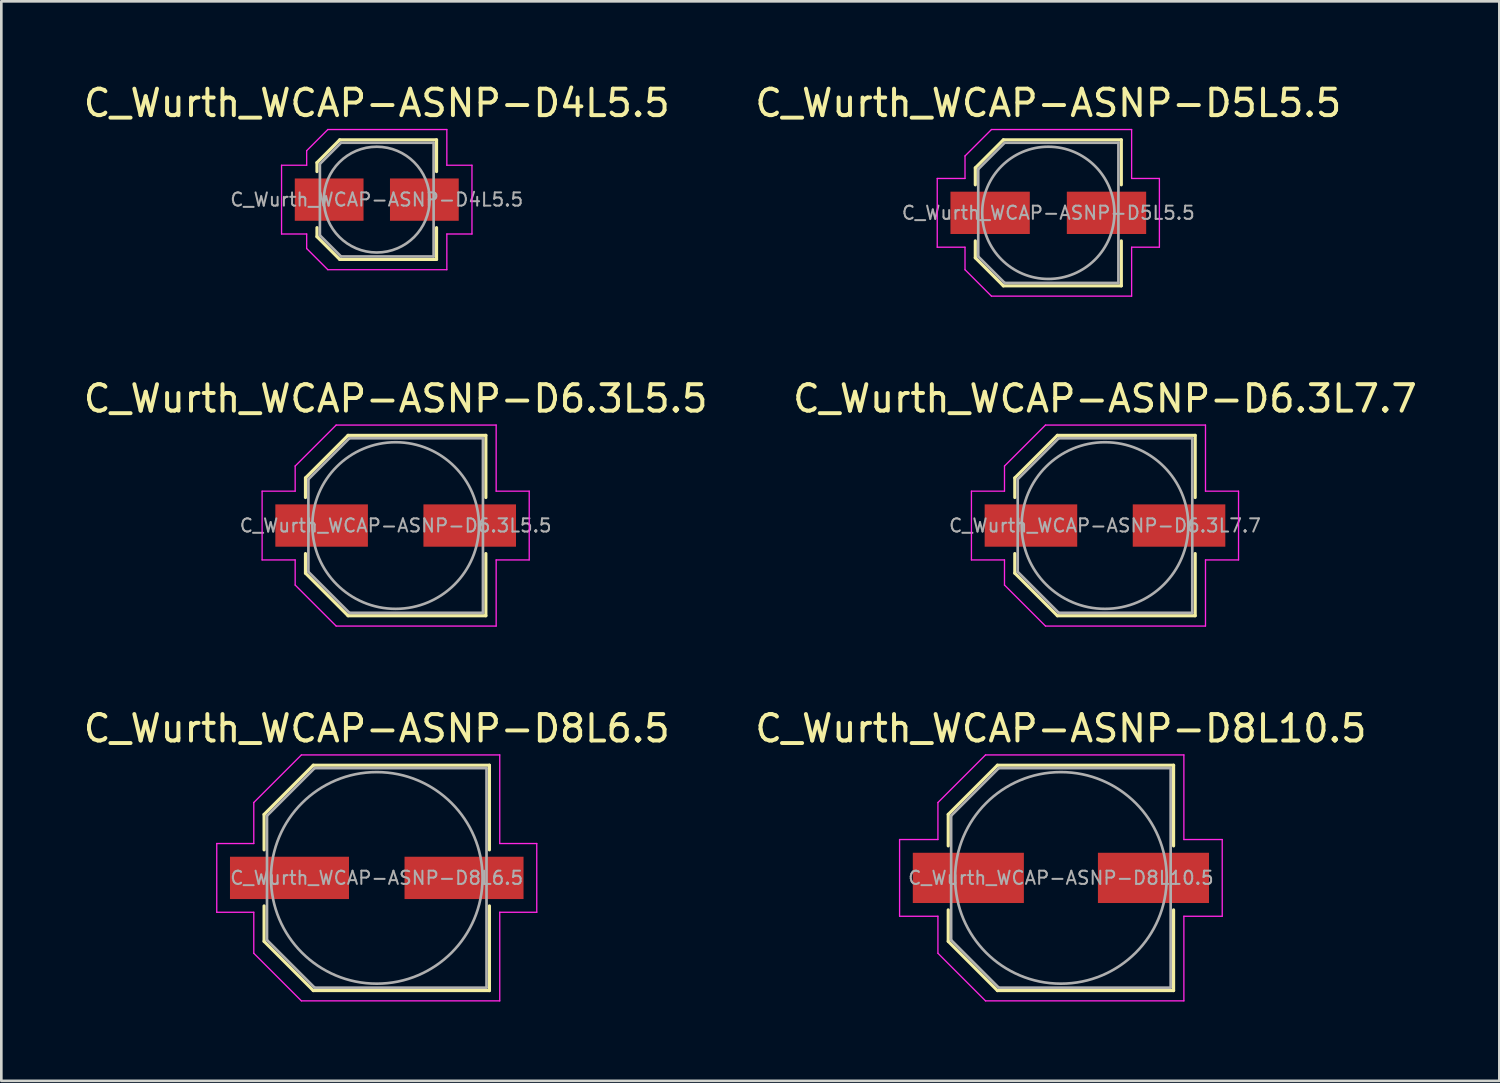
<source format=kicad_pcb>
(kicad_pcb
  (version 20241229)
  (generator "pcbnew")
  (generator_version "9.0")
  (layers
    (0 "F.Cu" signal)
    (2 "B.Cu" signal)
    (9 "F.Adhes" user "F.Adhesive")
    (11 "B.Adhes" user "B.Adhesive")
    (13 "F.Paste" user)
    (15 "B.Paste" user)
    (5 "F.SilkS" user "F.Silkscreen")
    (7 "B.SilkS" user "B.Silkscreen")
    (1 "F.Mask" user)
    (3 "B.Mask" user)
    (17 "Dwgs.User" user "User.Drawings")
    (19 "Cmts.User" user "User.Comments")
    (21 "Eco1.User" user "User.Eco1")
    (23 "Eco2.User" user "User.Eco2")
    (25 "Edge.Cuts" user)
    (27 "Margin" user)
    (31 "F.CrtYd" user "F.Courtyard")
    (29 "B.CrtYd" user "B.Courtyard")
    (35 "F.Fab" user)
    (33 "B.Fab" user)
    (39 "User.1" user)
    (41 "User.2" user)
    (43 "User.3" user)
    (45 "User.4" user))
  (footprint "C_Wurth_WCAP-ASNP-D6.3L7.7"
    (layer "F.Cu")
    (at 38.732 16.822)
    (property "Reference" "C_Wurth_WCAP-ASNP-D6.3L7.7" (at 0 -4.8 0) (unlocked yes) (layer "F.SilkS") (effects (font (size 1 1) (thickness 0.15))))
    (attr smd)
    (fp_line (start -3.41 -1.8) (end -3.41 -1.06) (stroke (width 0.12) (type default)) (layer "F.SilkS"))
    (fp_line (start -3.41 -1.8) (end -1.8 -3.41) (stroke (width 0.12) (type default)) (layer "F.SilkS"))
    (fp_line (start -3.41 1.8) (end -3.41 1.06) (stroke (width 0.12) (type default)) (layer "F.SilkS"))
    (fp_line (start -3.41 1.8) (end -1.8 3.41) (stroke (width 0.12) (type default)) (layer "F.SilkS"))
    (fp_line (start -1.8 -3.41) (end 3.41 -3.41) (stroke (width 0.12) (type solid)) (layer "F.SilkS"))
    (fp_line (start -1.8 3.41) (end 3.41 3.41) (stroke (width 0.12) (type solid)) (layer "F.SilkS"))
    (fp_line (start 3.41 -3.41) (end 3.41 -1.06) (stroke (width 0.12) (type default)) (layer "F.SilkS"))
    (fp_line (start 3.41 1.06) (end 3.41 3.41) (stroke (width 0.12) (type default)) (layer "F.SilkS"))
    (fp_line (start -5.05 -1.3) (end -5.05 1.3) (stroke (width 0.05) (type default)) (layer "F.CrtYd"))
    (fp_line (start -5.05 -1.3) (end -3.8 -1.3) (stroke (width 0.05) (type default)) (layer "F.CrtYd"))
    (fp_line (start -5.05 1.3) (end -3.8 1.3) (stroke (width 0.05) (type default)) (layer "F.CrtYd"))
    (fp_line (start -3.8 -2.25) (end -3.8 -1.3) (stroke (width 0.05) (type default)) (layer "F.CrtYd"))
    (fp_line (start -3.8 -2.25) (end -2.25 -3.8) (stroke (width 0.05) (type default)) (layer "F.CrtYd"))
    (fp_line (start -3.8 1.3) (end -3.8 2.25) (stroke (width 0.05) (type default)) (layer "F.CrtYd"))
    (fp_line (start -3.8 2.25) (end -2.25 3.8) (stroke (width 0.05) (type default)) (layer "F.CrtYd"))
    (fp_line (start -2.25 -3.8) (end 3.8 -3.8) (stroke (width 0.05) (type default)) (layer "F.CrtYd"))
    (fp_line (start -2.25 3.8) (end 3.8 3.8) (stroke (width 0.05) (type default)) (layer "F.CrtYd"))
    (fp_line (start 3.8 -3.8) (end 3.8 -1.3) (stroke (width 0.05) (type default)) (layer "F.CrtYd"))
    (fp_line (start 3.8 -1.3) (end 5.05 -1.3) (stroke (width 0.05) (type default)) (layer "F.CrtYd"))
    (fp_line (start 3.8 1.3) (end 3.8 3.8) (stroke (width 0.05) (type default)) (layer "F.CrtYd"))
    (fp_line (start 3.8 1.3) (end 5.05 1.3) (stroke (width 0.05) (type default)) (layer "F.CrtYd"))
    (fp_line (start 5.05 -1.3) (end 5.05 1.3) (stroke (width 0.05) (type default)) (layer "F.CrtYd"))
    (fp_line (start -3.3 -1.75) (end -1.75 -3.3) (stroke (width 0.1) (type default)) (layer "F.Fab"))
    (fp_line (start -3.3 1.75) (end -3.3 -1.75) (stroke (width 0.1) (type default)) (layer "F.Fab"))
    (fp_line (start -1.75 -3.3) (end 3.3 -3.3) (stroke (width 0.1) (type default)) (layer "F.Fab"))
    (fp_line (start -1.75 3.3) (end -3.3 1.75) (stroke (width 0.1) (type default)) (layer "F.Fab"))
    (fp_line (start 3.3 -3.3) (end 3.3 3.3) (stroke (width 0.1) (type default)) (layer "F.Fab"))
    (fp_line (start 3.3 3.3) (end -1.75 3.3) (stroke (width 0.1) (type default)) (layer "F.Fab"))
    (fp_circle (center 0 0) (end 3.15 0) (stroke (width 0.1) (type default)) (fill no) (layer "F.Fab"))
    (fp_text user "${REFERENCE}" (at 0 0 0) (unlocked yes) (layer "F.Fab") (effects (font (size 0.5 0.5) (thickness 0.075))))
    (pad "1" smd rect (at -2.8 0) (size 3.5 1.6) (layers "F.Cu" "F.Mask" "F.Paste"))
    (pad "2" smd rect (at 2.8 0) (size 3.5 1.6) (layers "F.Cu" "F.Mask" "F.Paste")))
  (footprint "C_Wurth_WCAP-ASNP-D8L6.5"
    (layer "F.Cu")
    (at 11.196 30.145)
    (property "Reference" "C_Wurth_WCAP-ASNP-D8L6.5" (at 0 -5.65 0) (unlocked yes) (layer "F.SilkS") (effects (font (size 1 1) (thickness 0.15))))
    (attr smd)
    (fp_line (start -4.26 -2.4) (end -4.26 -1.06) (stroke (width 0.12) (type default)) (layer "F.SilkS"))
    (fp_line (start -4.26 -2.4) (end -2.4 -4.26) (stroke (width 0.12) (type default)) (layer "F.SilkS"))
    (fp_line (start -4.26 2.4) (end -4.26 1.06) (stroke (width 0.12) (type default)) (layer "F.SilkS"))
    (fp_line (start -4.26 2.4) (end -2.4 4.26) (stroke (width 0.12) (type default)) (layer "F.SilkS"))
    (fp_line (start -2.4 -4.26) (end 4.26 -4.26) (stroke (width 0.12) (type solid)) (layer "F.SilkS"))
    (fp_line (start -2.4 4.26) (end 4.26 4.26) (stroke (width 0.12) (type solid)) (layer "F.SilkS"))
    (fp_line (start 4.26 -4.26) (end 4.26 -1.06) (stroke (width 0.12) (type default)) (layer "F.SilkS"))
    (fp_line (start 4.26 1.06) (end 4.26 4.26) (stroke (width 0.12) (type default)) (layer "F.SilkS"))
    (fp_line (start -6.05 -1.3) (end -6.05 1.3) (stroke (width 0.05) (type default)) (layer "F.CrtYd"))
    (fp_line (start -6.05 -1.3) (end -4.65 -1.3) (stroke (width 0.05) (type default)) (layer "F.CrtYd"))
    (fp_line (start -6.05 1.3) (end -4.65 1.3) (stroke (width 0.05) (type default)) (layer "F.CrtYd"))
    (fp_line (start -4.65 -2.85) (end -4.65 -1.3) (stroke (width 0.05) (type default)) (layer "F.CrtYd"))
    (fp_line (start -4.65 -2.85) (end -2.85 -4.65) (stroke (width 0.05) (type default)) (layer "F.CrtYd"))
    (fp_line (start -4.65 1.3) (end -4.65 2.85) (stroke (width 0.05) (type default)) (layer "F.CrtYd"))
    (fp_line (start -4.65 2.85) (end -2.85 4.65) (stroke (width 0.05) (type default)) (layer "F.CrtYd"))
    (fp_line (start -2.85 -4.65) (end 4.65 -4.65) (stroke (width 0.05) (type default)) (layer "F.CrtYd"))
    (fp_line (start -2.85 4.65) (end 4.65 4.65) (stroke (width 0.05) (type default)) (layer "F.CrtYd"))
    (fp_line (start 4.65 -4.65) (end 4.65 -1.3) (stroke (width 0.05) (type default)) (layer "F.CrtYd"))
    (fp_line (start 4.65 -1.3) (end 6.05 -1.3) (stroke (width 0.05) (type default)) (layer "F.CrtYd"))
    (fp_line (start 4.65 1.3) (end 4.65 4.65) (stroke (width 0.05) (type default)) (layer "F.CrtYd"))
    (fp_line (start 4.65 1.3) (end 6.05 1.3) (stroke (width 0.05) (type default)) (layer "F.CrtYd"))
    (fp_line (start 6.05 -1.3) (end 6.05 1.3) (stroke (width 0.05) (type default)) (layer "F.CrtYd"))
    (fp_line (start -4.15 -2.35) (end -2.35 -4.15) (stroke (width 0.1) (type default)) (layer "F.Fab"))
    (fp_line (start -4.15 2.35) (end -4.15 -2.35) (stroke (width 0.1) (type default)) (layer "F.Fab"))
    (fp_line (start -2.35 -4.15) (end 4.15 -4.15) (stroke (width 0.1) (type default)) (layer "F.Fab"))
    (fp_line (start -2.35 4.15) (end -4.15 2.35) (stroke (width 0.1) (type default)) (layer "F.Fab"))
    (fp_line (start 4.15 -4.15) (end 4.15 4.15) (stroke (width 0.1) (type default)) (layer "F.Fab"))
    (fp_line (start 4.15 4.15) (end -2.35 4.15) (stroke (width 0.1) (type default)) (layer "F.Fab"))
    (fp_circle (center 0 0) (end 4 0) (stroke (width 0.1) (type default)) (fill no) (layer "F.Fab"))
    (fp_text user "${REFERENCE}" (at 0 0 0) (unlocked yes) (layer "F.Fab") (effects (font (size 0.5 0.5) (thickness 0.075))))
    (pad "1" smd rect (at -3.3 0) (size 4.5 1.6) (layers "F.Cu" "F.Mask" "F.Paste"))
    (pad "2" smd rect (at 3.3 0) (size 4.5 1.6) (layers "F.Cu" "F.Mask" "F.Paste")))
  (footprint "C_Wurth_WCAP-ASNP-D4L5.5"
    (layer "F.Cu")
    (at 11.196 4.498)
    (property "Reference" "C_Wurth_WCAP-ASNP-D4L5.5" (at 0 -3.65 0) (unlocked yes) (layer "F.SilkS") (effects (font (size 1 1) (thickness 0.15))))
    (attr smd)
    (fp_line (start -2.26 -1.4) (end -2.26 -1.06) (stroke (width 0.12) (type default)) (layer "F.SilkS"))
    (fp_line (start -2.26 -1.4) (end -1.4 -2.26) (stroke (width 0.12) (type default)) (layer "F.SilkS"))
    (fp_line (start -2.26 1.4) (end -2.26 1.06) (stroke (width 0.12) (type default)) (layer "F.SilkS"))
    (fp_line (start -2.26 1.4) (end -1.4 2.26) (stroke (width 0.12) (type default)) (layer "F.SilkS"))
    (fp_line (start -1.4 -2.26) (end 2.26 -2.26) (stroke (width 0.12) (type solid)) (layer "F.SilkS"))
    (fp_line (start -1.4 2.26) (end 2.26 2.26) (stroke (width 0.12) (type solid)) (layer "F.SilkS"))
    (fp_line (start 2.26 -2.26) (end 2.26 -1.06) (stroke (width 0.12) (type default)) (layer "F.SilkS"))
    (fp_line (start 2.26 1.06) (end 2.26 2.26) (stroke (width 0.12) (type default)) (layer "F.SilkS"))
    (fp_line (start -3.6 -1.3) (end -3.6 1.3) (stroke (width 0.05) (type default)) (layer "F.CrtYd"))
    (fp_line (start -3.6 -1.3) (end -2.65 -1.3) (stroke (width 0.05) (type default)) (layer "F.CrtYd"))
    (fp_line (start -3.6 1.3) (end -2.65 1.3) (stroke (width 0.05) (type default)) (layer "F.CrtYd"))
    (fp_line (start -2.65 -1.85) (end -2.65 -1.3) (stroke (width 0.05) (type default)) (layer "F.CrtYd"))
    (fp_line (start -2.65 -1.85) (end -1.85 -2.65) (stroke (width 0.05) (type default)) (layer "F.CrtYd"))
    (fp_line (start -2.65 1.3) (end -2.65 1.85) (stroke (width 0.05) (type default)) (layer "F.CrtYd"))
    (fp_line (start -2.65 1.85) (end -1.85 2.65) (stroke (width 0.05) (type default)) (layer "F.CrtYd"))
    (fp_line (start -1.85 -2.65) (end 2.65 -2.65) (stroke (width 0.05) (type default)) (layer "F.CrtYd"))
    (fp_line (start -1.85 2.65) (end 2.65 2.65) (stroke (width 0.05) (type default)) (layer "F.CrtYd"))
    (fp_line (start 2.65 -2.65) (end 2.65 -1.3) (stroke (width 0.05) (type default)) (layer "F.CrtYd"))
    (fp_line (start 2.65 -1.3) (end 3.6 -1.3) (stroke (width 0.05) (type default)) (layer "F.CrtYd"))
    (fp_line (start 2.65 1.3) (end 2.65 2.65) (stroke (width 0.05) (type default)) (layer "F.CrtYd"))
    (fp_line (start 2.65 1.3) (end 3.6 1.3) (stroke (width 0.05) (type default)) (layer "F.CrtYd"))
    (fp_line (start 3.6 -1.3) (end 3.6 1.3) (stroke (width 0.05) (type default)) (layer "F.CrtYd"))
    (fp_line (start -2.15 -1.35) (end -1.35 -2.15) (stroke (width 0.1) (type default)) (layer "F.Fab"))
    (fp_line (start -2.15 1.35) (end -2.15 -1.35) (stroke (width 0.1) (type default)) (layer "F.Fab"))
    (fp_line (start -1.35 -2.15) (end 2.15 -2.15) (stroke (width 0.1) (type default)) (layer "F.Fab"))
    (fp_line (start -1.35 2.15) (end -2.15 1.35) (stroke (width 0.1) (type default)) (layer "F.Fab"))
    (fp_line (start 2.15 -2.15) (end 2.15 2.15) (stroke (width 0.1) (type default)) (layer "F.Fab"))
    (fp_line (start 2.15 2.15) (end -1.35 2.15) (stroke (width 0.1) (type default)) (layer "F.Fab"))
    (fp_circle (center 0 0) (end 2 0) (stroke (width 0.1) (type default)) (fill no) (layer "F.Fab"))
    (fp_text user "${REFERENCE}" (at 0 0 0) (unlocked yes) (layer "F.Fab") (effects (font (size 0.5 0.5) (thickness 0.075))))
    (pad "1" smd rect (at -1.8 0) (size 2.6 1.6) (layers "F.Cu" "F.Mask" "F.Paste"))
    (pad "2" smd rect (at 1.8 0) (size 2.6 1.6) (layers "F.Cu" "F.Mask" "F.Paste")))
  (footprint "C_Wurth_WCAP-ASNP-D6.3L5.5"
    (layer "F.Cu")
    (at 11.911 16.822)
    (property "Reference" "C_Wurth_WCAP-ASNP-D6.3L5.5" (at 0 -4.8 0) (unlocked yes) (layer "F.SilkS") (effects (font (size 1 1) (thickness 0.15))))
    (attr smd)
    (fp_line (start -3.41 -1.8) (end -3.41 -1.06) (stroke (width 0.12) (type default)) (layer "F.SilkS"))
    (fp_line (start -3.41 -1.8) (end -1.8 -3.41) (stroke (width 0.12) (type default)) (layer "F.SilkS"))
    (fp_line (start -3.41 1.8) (end -3.41 1.06) (stroke (width 0.12) (type default)) (layer "F.SilkS"))
    (fp_line (start -3.41 1.8) (end -1.8 3.41) (stroke (width 0.12) (type default)) (layer "F.SilkS"))
    (fp_line (start -1.8 -3.41) (end 3.41 -3.41) (stroke (width 0.12) (type solid)) (layer "F.SilkS"))
    (fp_line (start -1.8 3.41) (end 3.41 3.41) (stroke (width 0.12) (type solid)) (layer "F.SilkS"))
    (fp_line (start 3.41 -3.41) (end 3.41 -1.06) (stroke (width 0.12) (type default)) (layer "F.SilkS"))
    (fp_line (start 3.41 1.06) (end 3.41 3.41) (stroke (width 0.12) (type default)) (layer "F.SilkS"))
    (fp_line (start -5.05 -1.3) (end -5.05 1.3) (stroke (width 0.05) (type default)) (layer "F.CrtYd"))
    (fp_line (start -5.05 -1.3) (end -3.8 -1.3) (stroke (width 0.05) (type default)) (layer "F.CrtYd"))
    (fp_line (start -5.05 1.3) (end -3.8 1.3) (stroke (width 0.05) (type default)) (layer "F.CrtYd"))
    (fp_line (start -3.8 -2.25) (end -3.8 -1.3) (stroke (width 0.05) (type default)) (layer "F.CrtYd"))
    (fp_line (start -3.8 -2.25) (end -2.25 -3.8) (stroke (width 0.05) (type default)) (layer "F.CrtYd"))
    (fp_line (start -3.8 1.3) (end -3.8 2.25) (stroke (width 0.05) (type default)) (layer "F.CrtYd"))
    (fp_line (start -3.8 2.25) (end -2.25 3.8) (stroke (width 0.05) (type default)) (layer "F.CrtYd"))
    (fp_line (start -2.25 -3.8) (end 3.8 -3.8) (stroke (width 0.05) (type default)) (layer "F.CrtYd"))
    (fp_line (start -2.25 3.8) (end 3.8 3.8) (stroke (width 0.05) (type default)) (layer "F.CrtYd"))
    (fp_line (start 3.8 -3.8) (end 3.8 -1.3) (stroke (width 0.05) (type default)) (layer "F.CrtYd"))
    (fp_line (start 3.8 -1.3) (end 5.05 -1.3) (stroke (width 0.05) (type default)) (layer "F.CrtYd"))
    (fp_line (start 3.8 1.3) (end 3.8 3.8) (stroke (width 0.05) (type default)) (layer "F.CrtYd"))
    (fp_line (start 3.8 1.3) (end 5.05 1.3) (stroke (width 0.05) (type default)) (layer "F.CrtYd"))
    (fp_line (start 5.05 -1.3) (end 5.05 1.3) (stroke (width 0.05) (type default)) (layer "F.CrtYd"))
    (fp_line (start -3.3 -1.75) (end -1.75 -3.3) (stroke (width 0.1) (type default)) (layer "F.Fab"))
    (fp_line (start -3.3 1.75) (end -3.3 -1.75) (stroke (width 0.1) (type default)) (layer "F.Fab"))
    (fp_line (start -1.75 -3.3) (end 3.3 -3.3) (stroke (width 0.1) (type default)) (layer "F.Fab"))
    (fp_line (start -1.75 3.3) (end -3.3 1.75) (stroke (width 0.1) (type default)) (layer "F.Fab"))
    (fp_line (start 3.3 -3.3) (end 3.3 3.3) (stroke (width 0.1) (type default)) (layer "F.Fab"))
    (fp_line (start 3.3 3.3) (end -1.75 3.3) (stroke (width 0.1) (type default)) (layer "F.Fab"))
    (fp_circle (center 0 0) (end 3.15 0) (stroke (width 0.1) (type default)) (fill no) (layer "F.Fab"))
    (fp_text user "${REFERENCE}" (at 0 0 0) (unlocked yes) (layer "F.Fab") (effects (font (size 0.5 0.5) (thickness 0.075))))
    (pad "1" smd rect (at -2.8 0) (size 3.5 1.6) (layers "F.Cu" "F.Mask" "F.Paste"))
    (pad "2" smd rect (at 2.8 0) (size 3.5 1.6) (layers "F.Cu" "F.Mask" "F.Paste")))
  (footprint "C_Wurth_WCAP-ASNP-D8L10.5"
    (layer "F.Cu")
    (at 37.065 30.145)
    (property "Reference" "C_Wurth_WCAP-ASNP-D8L10.5" (at 0 -5.65 0) (unlocked yes) (layer "F.SilkS") (effects (font (size 1 1) (thickness 0.15))))
    (attr smd)
    (fp_line (start -4.26 -2.4) (end -4.26 -1.21) (stroke (width 0.12) (type default)) (layer "F.SilkS"))
    (fp_line (start -4.26 -2.4) (end -2.4 -4.26) (stroke (width 0.12) (type default)) (layer "F.SilkS"))
    (fp_line (start -4.26 2.4) (end -4.26 1.21) (stroke (width 0.12) (type default)) (layer "F.SilkS"))
    (fp_line (start -4.26 2.4) (end -2.4 4.26) (stroke (width 0.12) (type default)) (layer "F.SilkS"))
    (fp_line (start -2.4 -4.26) (end 4.26 -4.26) (stroke (width 0.12) (type solid)) (layer "F.SilkS"))
    (fp_line (start -2.4 4.26) (end 4.26 4.26) (stroke (width 0.12) (type solid)) (layer "F.SilkS"))
    (fp_line (start 4.26 -4.26) (end 4.26 -1.21) (stroke (width 0.12) (type default)) (layer "F.SilkS"))
    (fp_line (start 4.26 1.21) (end 4.26 4.26) (stroke (width 0.12) (type default)) (layer "F.SilkS"))
    (fp_line (start -6.1 -1.45) (end -6.1 1.45) (stroke (width 0.05) (type default)) (layer "F.CrtYd"))
    (fp_line (start -6.1 -1.45) (end -4.65 -1.45) (stroke (width 0.05) (type default)) (layer "F.CrtYd"))
    (fp_line (start -6.1 1.45) (end -4.65 1.45) (stroke (width 0.05) (type default)) (layer "F.CrtYd"))
    (fp_line (start -4.65 -2.85) (end -4.65 -1.45) (stroke (width 0.05) (type default)) (layer "F.CrtYd"))
    (fp_line (start -4.65 -2.85) (end -2.85 -4.65) (stroke (width 0.05) (type default)) (layer "F.CrtYd"))
    (fp_line (start -4.65 1.45) (end -4.65 2.85) (stroke (width 0.05) (type default)) (layer "F.CrtYd"))
    (fp_line (start -4.65 2.85) (end -2.85 4.65) (stroke (width 0.05) (type default)) (layer "F.CrtYd"))
    (fp_line (start -2.85 -4.65) (end 4.65 -4.65) (stroke (width 0.05) (type default)) (layer "F.CrtYd"))
    (fp_line (start -2.85 4.65) (end 4.65 4.65) (stroke (width 0.05) (type default)) (layer "F.CrtYd"))
    (fp_line (start 4.65 -4.65) (end 4.65 -1.45) (stroke (width 0.05) (type default)) (layer "F.CrtYd"))
    (fp_line (start 4.65 -1.45) (end 6.1 -1.45) (stroke (width 0.05) (type default)) (layer "F.CrtYd"))
    (fp_line (start 4.65 1.45) (end 4.65 4.65) (stroke (width 0.05) (type default)) (layer "F.CrtYd"))
    (fp_line (start 4.65 1.45) (end 6.1 1.45) (stroke (width 0.05) (type default)) (layer "F.CrtYd"))
    (fp_line (start 6.1 -1.45) (end 6.1 1.45) (stroke (width 0.05) (type default)) (layer "F.CrtYd"))
    (fp_line (start -4.15 -2.35) (end -2.35 -4.15) (stroke (width 0.1) (type default)) (layer "F.Fab"))
    (fp_line (start -4.15 2.35) (end -4.15 -2.35) (stroke (width 0.1) (type default)) (layer "F.Fab"))
    (fp_line (start -2.35 -4.15) (end 4.15 -4.15) (stroke (width 0.1) (type default)) (layer "F.Fab"))
    (fp_line (start -2.35 4.15) (end -4.15 2.35) (stroke (width 0.1) (type default)) (layer "F.Fab"))
    (fp_line (start 4.15 -4.15) (end 4.15 4.15) (stroke (width 0.1) (type default)) (layer "F.Fab"))
    (fp_line (start 4.15 4.15) (end -2.35 4.15) (stroke (width 0.1) (type default)) (layer "F.Fab"))
    (fp_circle (center 0 0) (end 4 0) (stroke (width 0.1) (type default)) (fill no) (layer "F.Fab"))
    (fp_text user "${REFERENCE}" (at 0 0 0) (unlocked yes) (layer "F.Fab") (effects (font (size 0.5 0.5) (thickness 0.075))))
    (pad "1" smd rect (at -3.5 0) (size 4.2 1.9) (layers "F.Cu" "F.Mask" "F.Paste"))
    (pad "2" smd rect (at 3.5 0) (size 4.2 1.9) (layers "F.Cu" "F.Mask" "F.Paste")))
  (footprint "C_Wurth_WCAP-ASNP-D5L5.5"
    (layer "F.Cu")
    (at 36.589 4.998)
    (property "Reference" "C_Wurth_WCAP-ASNP-D5L5.5" (at 0 -4.15 0) (unlocked yes) (layer "F.SilkS") (effects (font (size 1 1) (thickness 0.15))))
    (attr smd)
    (fp_line (start -2.76 -1.7) (end -2.76 -1.06) (stroke (width 0.12) (type default)) (layer "F.SilkS"))
    (fp_line (start -2.76 -1.7) (end -1.7 -2.76) (stroke (width 0.12) (type default)) (layer "F.SilkS"))
    (fp_line (start -2.76 1.7) (end -2.76 1.06) (stroke (width 0.12) (type default)) (layer "F.SilkS"))
    (fp_line (start -2.76 1.7) (end -1.7 2.76) (stroke (width 0.12) (type default)) (layer "F.SilkS"))
    (fp_line (start -1.7 -2.76) (end 2.76 -2.76) (stroke (width 0.12) (type solid)) (layer "F.SilkS"))
    (fp_line (start -1.7 2.76) (end 2.76 2.76) (stroke (width 0.12) (type solid)) (layer "F.SilkS"))
    (fp_line (start 2.76 -2.76) (end 2.76 -1.06) (stroke (width 0.12) (type default)) (layer "F.SilkS"))
    (fp_line (start 2.76 1.06) (end 2.76 2.76) (stroke (width 0.12) (type default)) (layer "F.SilkS"))
    (fp_line (start -4.2 -1.3) (end -4.2 1.3) (stroke (width 0.05) (type default)) (layer "F.CrtYd"))
    (fp_line (start -4.2 -1.3) (end -3.15 -1.3) (stroke (width 0.05) (type default)) (layer "F.CrtYd"))
    (fp_line (start -4.2 1.3) (end -3.15 1.3) (stroke (width 0.05) (type default)) (layer "F.CrtYd"))
    (fp_line (start -3.15 -2.15) (end -3.15 -1.3) (stroke (width 0.05) (type default)) (layer "F.CrtYd"))
    (fp_line (start -3.15 -2.15) (end -2.15 -3.15) (stroke (width 0.05) (type default)) (layer "F.CrtYd"))
    (fp_line (start -3.15 1.3) (end -3.15 2.15) (stroke (width 0.05) (type default)) (layer "F.CrtYd"))
    (fp_line (start -3.15 2.15) (end -2.15 3.15) (stroke (width 0.05) (type default)) (layer "F.CrtYd"))
    (fp_line (start -2.15 -3.15) (end 3.15 -3.15) (stroke (width 0.05) (type default)) (layer "F.CrtYd"))
    (fp_line (start -2.15 3.15) (end 3.15 3.15) (stroke (width 0.05) (type default)) (layer "F.CrtYd"))
    (fp_line (start 3.15 -3.15) (end 3.15 -1.3) (stroke (width 0.05) (type default)) (layer "F.CrtYd"))
    (fp_line (start 3.15 -1.3) (end 4.2 -1.3) (stroke (width 0.05) (type default)) (layer "F.CrtYd"))
    (fp_line (start 3.15 1.3) (end 3.15 3.15) (stroke (width 0.05) (type default)) (layer "F.CrtYd"))
    (fp_line (start 3.15 1.3) (end 4.2 1.3) (stroke (width 0.05) (type default)) (layer "F.CrtYd"))
    (fp_line (start 4.2 -1.3) (end 4.2 1.3) (stroke (width 0.05) (type default)) (layer "F.CrtYd"))
    (fp_line (start -2.65 -1.65) (end -1.65 -2.65) (stroke (width 0.1) (type default)) (layer "F.Fab"))
    (fp_line (start -2.65 1.65) (end -2.65 -1.65) (stroke (width 0.1) (type default)) (layer "F.Fab"))
    (fp_line (start -1.65 -2.65) (end 2.65 -2.65) (stroke (width 0.1) (type default)) (layer "F.Fab"))
    (fp_line (start -1.65 2.65) (end -2.65 1.65) (stroke (width 0.1) (type default)) (layer "F.Fab"))
    (fp_line (start 2.65 -2.65) (end 2.65 2.65) (stroke (width 0.1) (type default)) (layer "F.Fab"))
    (fp_line (start 2.65 2.65) (end -1.65 2.65) (stroke (width 0.1) (type default)) (layer "F.Fab"))
    (fp_circle (center 0 0) (end 2.5 0) (stroke (width 0.1) (type default)) (fill no) (layer "F.Fab"))
    (fp_text user "${REFERENCE}" (at 0 0 0) (unlocked yes) (layer "F.Fab") (effects (font (size 0.5 0.5) (thickness 0.075))))
    (pad "1" smd rect (at -2.2 0) (size 3 1.6) (layers "F.Cu" "F.Mask" "F.Paste"))
    (pad "2" smd rect (at 2.2 0) (size 3 1.6) (layers "F.Cu" "F.Mask" "F.Paste")))
  (gr_rect
    (start -3 -3)
    (end 53.643 37.82)
    (stroke (width 0.1) (type default))
    (fill no)
    (layer "Edge.Cuts")))
</source>
